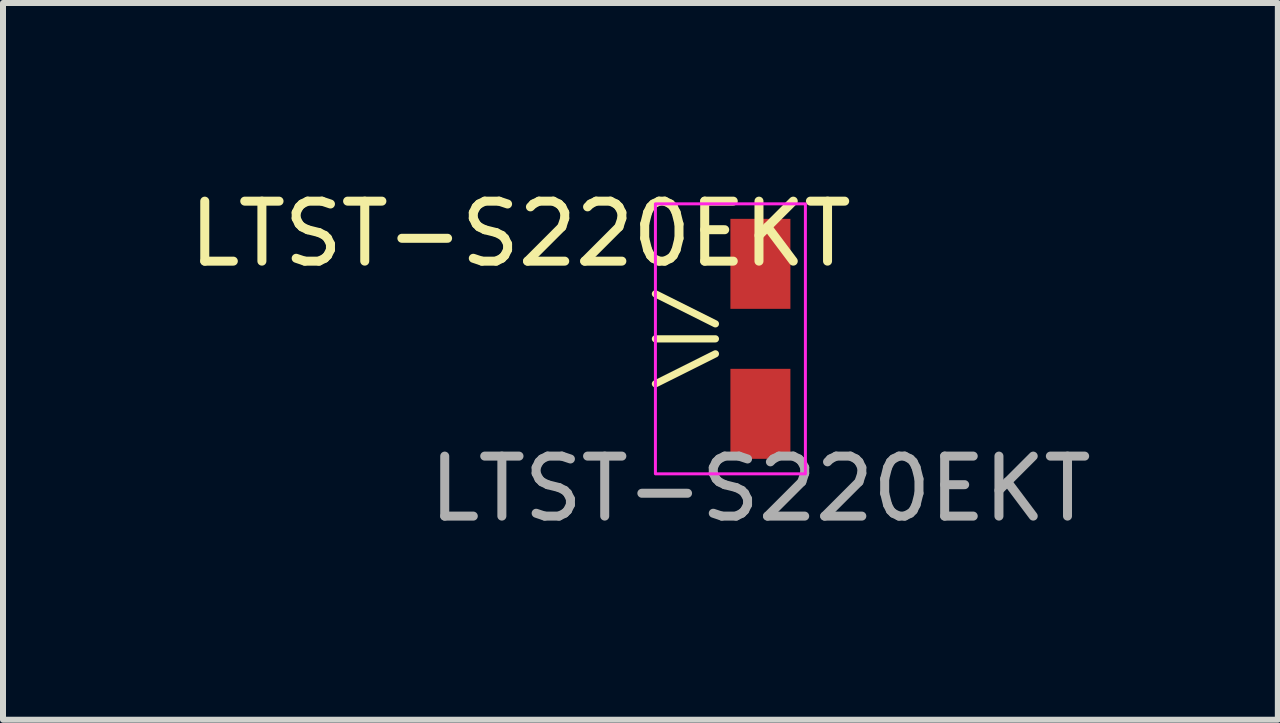
<source format=kicad_pcb>
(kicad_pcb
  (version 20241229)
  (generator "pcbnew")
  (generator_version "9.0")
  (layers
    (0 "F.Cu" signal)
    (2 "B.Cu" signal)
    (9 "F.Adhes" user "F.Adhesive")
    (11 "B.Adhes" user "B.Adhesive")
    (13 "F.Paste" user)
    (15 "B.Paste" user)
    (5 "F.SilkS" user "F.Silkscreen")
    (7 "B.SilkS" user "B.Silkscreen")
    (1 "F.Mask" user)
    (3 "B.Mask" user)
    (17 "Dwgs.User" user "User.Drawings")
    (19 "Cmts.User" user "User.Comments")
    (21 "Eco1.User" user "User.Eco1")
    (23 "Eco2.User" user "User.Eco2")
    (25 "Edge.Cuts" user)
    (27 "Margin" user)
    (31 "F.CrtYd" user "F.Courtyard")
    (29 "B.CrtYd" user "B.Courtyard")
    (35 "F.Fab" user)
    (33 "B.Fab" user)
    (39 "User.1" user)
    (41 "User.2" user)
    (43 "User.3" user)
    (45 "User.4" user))
  (footprint "LTST-S220EKT"
    (layer "F.Cu")
    (at 9.625 2.598)
    (property "Reference" "LTST-S220EKT" (at -4 -1.75 0) (unlocked yes) (layer "F.SilkS") (effects (font (size 1 1) (thickness 0.15))))
    (attr smd)
    (fp_line (start -0.75 -0.25) (end -1.75 -0.75) (stroke (width 0.12) (type default)) (layer "F.SilkS"))
    (fp_line (start -0.75 0) (end -1.75 0) (stroke (width 0.12) (type default)) (layer "F.SilkS"))
    (fp_line (start -0.75 0.25) (end -1.75 0.75) (stroke (width 0.12) (type default)) (layer "F.SilkS"))
    (fp_rect (start 0.75 -2.25) (end -1.75 2.25) (stroke (width 0.05) (type default)) (fill no) (layer "F.CrtYd"))
    (fp_text user "${REFERENCE}" (at 0 2.5 0) (unlocked yes) (layer "F.Fab") (effects (font (size 1 1) (thickness 0.15))))
    (pad "1" smd rect (at 0 1.25) (size 1 1.5) (layers "F.Cu" "F.Mask" "F.Paste"))
    (pad "2" smd rect (at 0 -1.25) (size 1 1.5) (layers "F.Cu" "F.Mask" "F.Paste")))
  (gr_rect
    (start -3 -3)
    (end 18.25 8.947)
    (stroke (width 0.1) (type default))
    (fill no)
    (layer "Edge.Cuts")))
</source>
